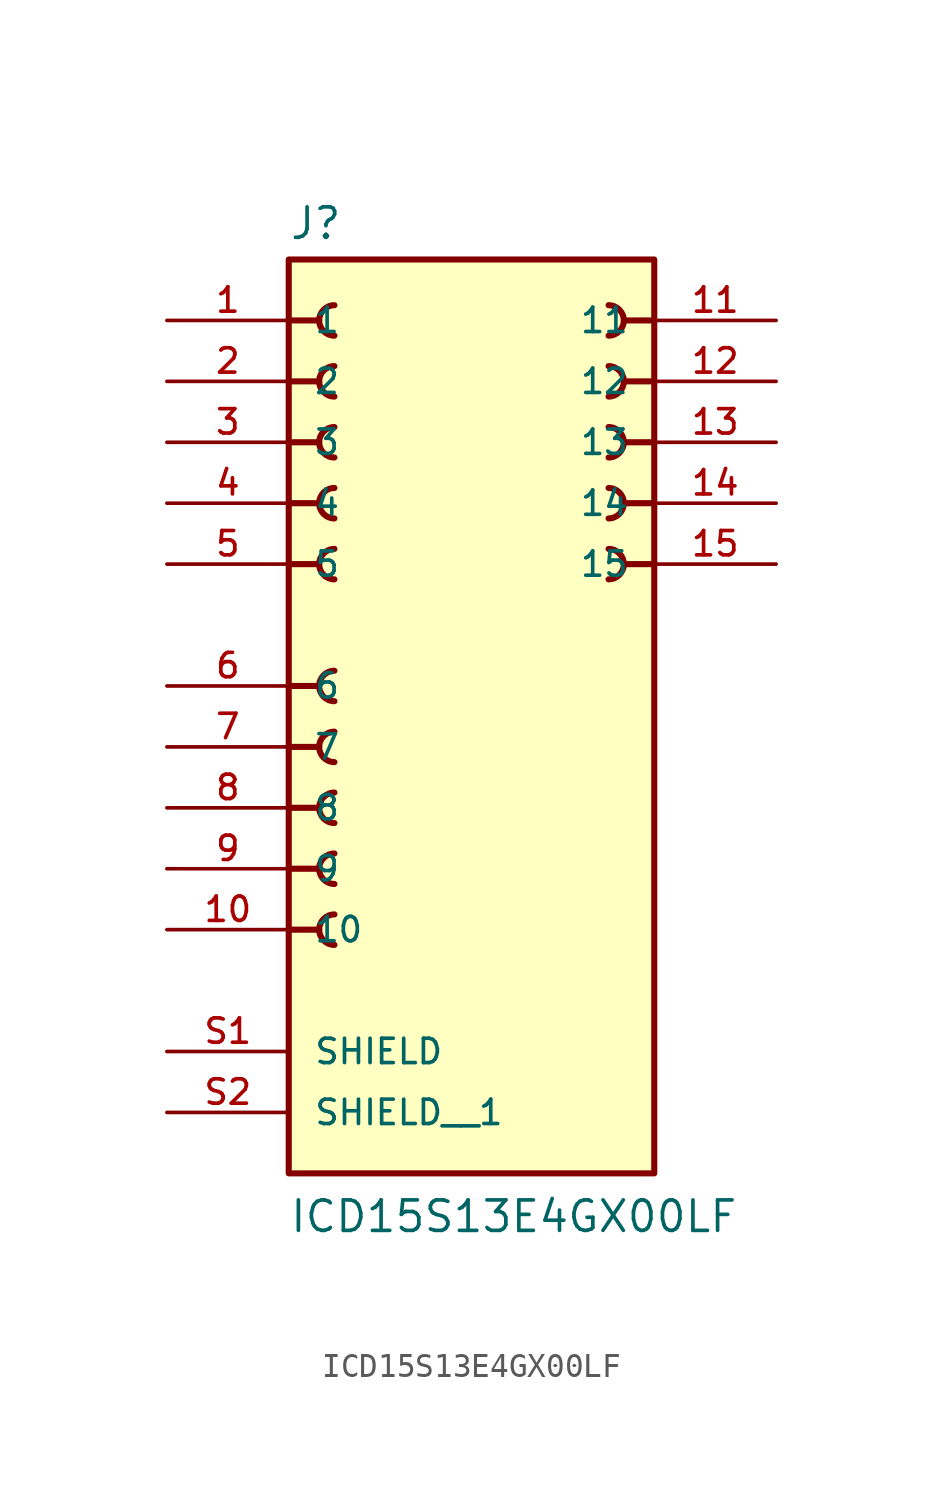
<source format=kicad_sym>
(kicad_symbol_lib
  (version 20211014)
  (generator kicad_symbol_editor)
  (symbol "ICD15S13E4GX00LF"
    (pin_names
      (offset 1.016))
    (property "Reference" "J"
      (at -7.62 18.542 0)
      (effects (font (size 1.27 1.27)) (justify bottom left)))
    (property "Value" "ICD15S13E4GX00LF"
      (at -7.62 -22.86 0)
      (effects (font (size 1.27 1.27)) (justify bottom left)))
    (symbol "ICD15S13E4GX00LF_0_0"
      (polyline (pts (xy -7.62 5.08) (xy -6.35 5.08)) (stroke (width 0.254)))
      (arc (start -5.715 5.715) (mid -6.35 5.08) (end -5.715 4.445) (stroke (width 0.254) (type default) (color 0 0 0 0)) (fill (type none)))
      (polyline (pts (xy -7.62 7.62) (xy -6.35 7.62)) (stroke (width 0.254)))
      (arc (start -5.715 8.255) (mid -6.35 7.62) (end -5.715 6.985) (stroke (width 0.254) (type default) (color 0 0 0 0)) (fill (type none)))
      (polyline (pts (xy -7.62 10.16) (xy -6.35 10.16)) (stroke (width 0.254)))
      (arc (start -5.715 10.795) (mid -6.35 10.16) (end -5.715 9.525) (stroke (width 0.254) (type default) (color 0 0 0 0)) (fill (type none)))
      (polyline (pts (xy -7.62 12.7) (xy -6.35 12.7)) (stroke (width 0.254)))
      (arc (start -5.715 13.335) (mid -6.35 12.7) (end -5.715 12.065) (stroke (width 0.254) (type default) (color 0 0 0 0)) (fill (type none)))
      (polyline (pts (xy -7.62 15.24) (xy -6.35 15.24)) (stroke (width 0.254)))
      (arc (start -5.715 15.875) (mid -6.35 15.24) (end -5.715 14.605) (stroke (width 0.254) (type default) (color 0 0 0 0)) (fill (type none)))
      (polyline (pts (xy -7.62 -10.16) (xy -6.35 -10.16)) (stroke (width 0.254)))
      (arc (start -5.715 -9.525) (mid -6.35 -10.16) (end -5.715 -10.795) (stroke (width 0.254) (type default) (color 0 0 0 0)) (fill (type none)))
      (polyline (pts (xy -7.62 -7.62) (xy -6.35 -7.62)) (stroke (width 0.254)))
      (arc (start -5.715 -6.985) (mid -6.35 -7.62) (end -5.715 -8.255) (stroke (width 0.254) (type default) (color 0 0 0 0)) (fill (type none)))
      (polyline (pts (xy -7.62 -5.08) (xy -6.35 -5.08)) (stroke (width 0.254)))
      (arc (start -5.715 -4.445) (mid -6.35 -5.08) (end -5.715 -5.715) (stroke (width 0.254) (type default) (color 0 0 0 0)) (fill (type none)))
      (polyline (pts (xy -7.62 -2.54) (xy -6.35 -2.54)) (stroke (width 0.254)))
      (arc (start -5.715 -1.905) (mid -6.35 -2.54) (end -5.715 -3.175) (stroke (width 0.254) (type default) (color 0 0 0 0)) (fill (type none)))
      (polyline (pts (xy -7.62 0.0) (xy -6.35 0.0)) (stroke (width 0.254)))
      (arc (start -5.715 0.635) (mid -6.35 -0.0) (end -5.715 -0.635) (stroke (width 0.254) (type default) (color 0 0 0 0)) (fill (type none)))
      (polyline (pts (xy 7.62 5.08) (xy 6.35 5.08)) (stroke (width 0.254)))
      (arc (start 5.715 5.715) (mid 6.35 5.08) (end 5.715 4.445) (stroke (width 0.254) (type default) (color 0 0 0 0)) (fill (type none)))
      (polyline (pts (xy 7.62 7.62) (xy 6.35 7.62)) (stroke (width 0.254)))
      (arc (start 5.715 8.255) (mid 6.35 7.62) (end 5.715 6.985) (stroke (width 0.254) (type default) (color 0 0 0 0)) (fill (type none)))
      (polyline (pts (xy 7.62 10.16) (xy 6.35 10.16)) (stroke (width 0.254)))
      (arc (start 5.715 10.795) (mid 6.35 10.16) (end 5.715 9.525) (stroke (width 0.254) (type default) (color 0 0 0 0)) (fill (type none)))
      (polyline (pts (xy 7.62 12.7) (xy 6.35 12.7)) (stroke (width 0.254)))
      (arc (start 5.715 13.335) (mid 6.35 12.7) (end 5.715 12.065) (stroke (width 0.254) (type default) (color 0 0 0 0)) (fill (type none)))
      (polyline (pts (xy 7.62 15.24) (xy 6.35 15.24)) (stroke (width 0.254)))
      (arc (start 5.715 15.875) (mid 6.35 15.24) (end 5.715 14.605) (stroke (width 0.254) (type default) (color 0 0 0 0)) (fill (type none)))
      (rectangle (start -7.62 -20.32) (end 7.62 17.78) (stroke (width 0.254)) (fill (type background)))
      (pin passive line (at -12.7 15.24 0) (length 5.08) (name "1" (effects (font (size 1.016 1.016)))) (number "1" (effects (font (size 1.016 1.016)))))
      (pin passive line (at -12.7 12.7 0) (length 5.08) (name "2" (effects (font (size 1.016 1.016)))) (number "2" (effects (font (size 1.016 1.016)))))
      (pin passive line (at -12.7 10.16 0) (length 5.08) (name "3" (effects (font (size 1.016 1.016)))) (number "3" (effects (font (size 1.016 1.016)))))
      (pin passive line (at -12.7 7.62 0) (length 5.08) (name "4" (effects (font (size 1.016 1.016)))) (number "4" (effects (font (size 1.016 1.016)))))
      (pin passive line (at -12.7 5.08 0) (length 5.08) (name "5" (effects (font (size 1.016 1.016)))) (number "5" (effects (font (size 1.016 1.016)))))
      (pin passive line (at -12.7 0.0 0) (length 5.08) (name "6" (effects (font (size 1.016 1.016)))) (number "6" (effects (font (size 1.016 1.016)))))
      (pin passive line (at -12.7 -2.54 0) (length 5.08) (name "7" (effects (font (size 1.016 1.016)))) (number "7" (effects (font (size 1.016 1.016)))))
      (pin passive line (at -12.7 -5.08 0) (length 5.08) (name "8" (effects (font (size 1.016 1.016)))) (number "8" (effects (font (size 1.016 1.016)))))
      (pin passive line (at -12.7 -7.62 0) (length 5.08) (name "9" (effects (font (size 1.016 1.016)))) (number "9" (effects (font (size 1.016 1.016)))))
      (pin passive line (at -12.7 -10.16 0) (length 5.08) (name "10" (effects (font (size 1.016 1.016)))) (number "10" (effects (font (size 1.016 1.016)))))
      (pin passive line (at 12.7 15.24 180.0) (length 5.08) (name "11" (effects (font (size 1.016 1.016)))) (number "11" (effects (font (size 1.016 1.016)))))
      (pin passive line (at 12.7 12.7 180.0) (length 5.08) (name "12" (effects (font (size 1.016 1.016)))) (number "12" (effects (font (size 1.016 1.016)))))
      (pin passive line (at 12.7 10.16 180.0) (length 5.08) (name "13" (effects (font (size 1.016 1.016)))) (number "13" (effects (font (size 1.016 1.016)))))
      (pin passive line (at 12.7 7.62 180.0) (length 5.08) (name "14" (effects (font (size 1.016 1.016)))) (number "14" (effects (font (size 1.016 1.016)))))
      (pin passive line (at 12.7 5.08 180.0) (length 5.08) (name "15" (effects (font (size 1.016 1.016)))) (number "15" (effects (font (size 1.016 1.016)))))
      (pin passive line (at -12.7 -15.24 0) (length 5.08) (name "SHIELD" (effects (font (size 1.016 1.016)))) (number "S1" (effects (font (size 1.016 1.016)))))
      (pin passive line (at -12.7 -17.78 0) (length 5.08) (name "SHIELD__1" (effects (font (size 1.016 1.016)))) (number "S2" (effects (font (size 1.016 1.016))))))))
</source>
